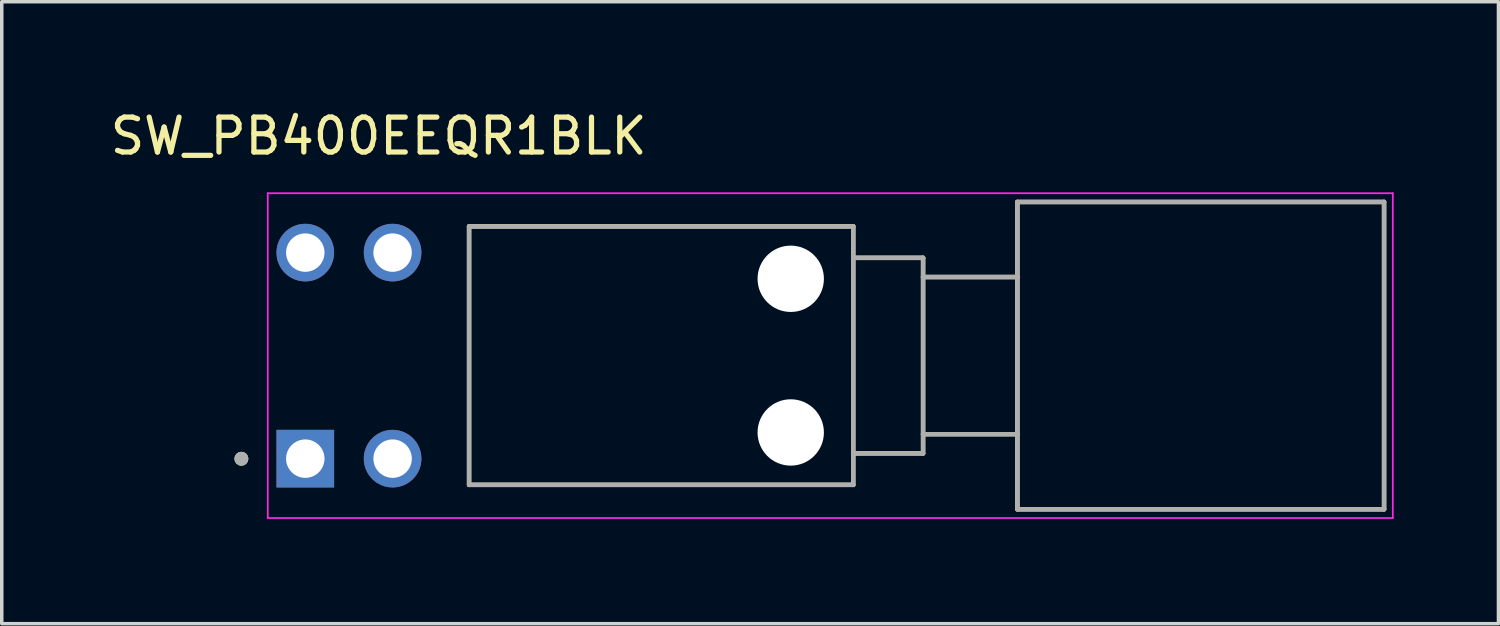
<source format=kicad_pcb>
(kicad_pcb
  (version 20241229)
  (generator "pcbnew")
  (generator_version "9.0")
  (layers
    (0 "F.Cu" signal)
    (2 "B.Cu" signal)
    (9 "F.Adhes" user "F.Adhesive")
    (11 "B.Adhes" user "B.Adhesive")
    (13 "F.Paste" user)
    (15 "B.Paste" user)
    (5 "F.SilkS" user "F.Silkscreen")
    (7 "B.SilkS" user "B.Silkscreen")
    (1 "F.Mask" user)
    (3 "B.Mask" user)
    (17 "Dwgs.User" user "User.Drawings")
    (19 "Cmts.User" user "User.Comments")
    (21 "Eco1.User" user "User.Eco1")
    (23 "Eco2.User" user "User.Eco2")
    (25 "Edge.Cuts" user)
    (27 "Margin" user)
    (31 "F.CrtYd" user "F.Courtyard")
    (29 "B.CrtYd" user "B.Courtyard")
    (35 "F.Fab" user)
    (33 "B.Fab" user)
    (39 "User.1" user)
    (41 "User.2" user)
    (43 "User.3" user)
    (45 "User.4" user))
  (footprint "SW_PB400EEQR1BLK"
    (layer "F.Cu")
    (at 6.942 7.133)
    (property "Reference" "SW_PB400EEQR1BLK" (at 0.85 -6.285 0) (layer "F.SilkS") (effects (font (size 1 1) (thickness 0.15))))
    (attr through_hole)
    (fp_line (start 3.44 -3.7) (end 3.44 3.7) (stroke (width 0.127) (type solid)) (layer "F.SilkS"))
    (fp_line (start 3.44 3.7) (end 14.44 3.7) (stroke (width 0.127) (type solid)) (layer "F.SilkS"))
    (fp_line (start 14.44 -3.7) (end 3.44 -3.7) (stroke (width 0.127) (type solid)) (layer "F.SilkS"))
    (fp_line (start 14.44 -2.8) (end 14.44 -3.7) (stroke (width 0.127) (type solid)) (layer "F.SilkS"))
    (fp_line (start 14.44 -2.8) (end 16.44 -2.8) (stroke (width 0.127) (type solid)) (layer "F.SilkS"))
    (fp_line (start 14.44 2.8) (end 14.44 -2.8) (stroke (width 0.127) (type solid)) (layer "F.SilkS"))
    (fp_line (start 14.44 3.7) (end 14.44 2.8) (stroke (width 0.127) (type solid)) (layer "F.SilkS"))
    (fp_line (start 16.44 -2.8) (end 16.44 -2.25) (stroke (width 0.127) (type solid)) (layer "F.SilkS"))
    (fp_line (start 16.44 -2.25) (end 16.44 2.25) (stroke (width 0.127) (type solid)) (layer "F.SilkS"))
    (fp_line (start 16.44 -2.25) (end 19.14 -2.25) (stroke (width 0.127) (type solid)) (layer "F.SilkS"))
    (fp_line (start 16.44 2.25) (end 16.44 2.8) (stroke (width 0.127) (type solid)) (layer "F.SilkS"))
    (fp_line (start 16.44 2.8) (end 14.44 2.8) (stroke (width 0.127) (type solid)) (layer "F.SilkS"))
    (fp_line (start 19.14 -4.4) (end 29.64 -4.4) (stroke (width 0.127) (type solid)) (layer "F.SilkS"))
    (fp_line (start 19.14 -2.25) (end 19.14 -4.4) (stroke (width 0.127) (type solid)) (layer "F.SilkS"))
    (fp_line (start 19.14 -2.25) (end 19.14 2.25) (stroke (width 0.127) (type solid)) (layer "F.SilkS"))
    (fp_line (start 19.14 2.25) (end 16.44 2.25) (stroke (width 0.127) (type solid)) (layer "F.SilkS"))
    (fp_line (start 19.14 4.4) (end 19.14 2.25) (stroke (width 0.127) (type solid)) (layer "F.SilkS"))
    (fp_line (start 29.64 -4.4) (end 29.64 4.4) (stroke (width 0.127) (type solid)) (layer "F.SilkS"))
    (fp_line (start 29.64 4.4) (end 19.14 4.4) (stroke (width 0.127) (type solid)) (layer "F.SilkS"))
    (fp_circle (center -3.08 2.953) (end -2.98 2.953) (stroke (width 0.2) (type solid)) (fill no) (layer "F.SilkS"))
    (fp_line (start -2.325 -4.65) (end -2.325 4.65) (stroke (width 0.05) (type solid)) (layer "F.CrtYd"))
    (fp_line (start -2.325 4.65) (end 29.89 4.65) (stroke (width 0.05) (type solid)) (layer "F.CrtYd"))
    (fp_line (start 29.89 -4.65) (end -2.325 -4.65) (stroke (width 0.05) (type solid)) (layer "F.CrtYd"))
    (fp_line (start 29.89 4.65) (end 29.89 -4.65) (stroke (width 0.05) (type solid)) (layer "F.CrtYd"))
    (fp_line (start 3.44 -3.7) (end 3.44 3.7) (stroke (width 0.127) (type solid)) (layer "F.Fab"))
    (fp_line (start 3.44 3.7) (end 14.44 3.7) (stroke (width 0.127) (type solid)) (layer "F.Fab"))
    (fp_line (start 14.44 -3.7) (end 3.44 -3.7) (stroke (width 0.127) (type solid)) (layer "F.Fab"))
    (fp_line (start 14.44 -2.8) (end 14.44 -3.7) (stroke (width 0.127) (type solid)) (layer "F.Fab"))
    (fp_line (start 14.44 -2.8) (end 16.44 -2.8) (stroke (width 0.127) (type solid)) (layer "F.Fab"))
    (fp_line (start 14.44 2.8) (end 14.44 -2.8) (stroke (width 0.127) (type solid)) (layer "F.Fab"))
    (fp_line (start 14.44 3.7) (end 14.44 2.8) (stroke (width 0.127) (type solid)) (layer "F.Fab"))
    (fp_line (start 16.44 -2.8) (end 16.44 -2.25) (stroke (width 0.127) (type solid)) (layer "F.Fab"))
    (fp_line (start 16.44 -2.25) (end 16.44 2.25) (stroke (width 0.127) (type solid)) (layer "F.Fab"))
    (fp_line (start 16.44 -2.25) (end 19.14 -2.25) (stroke (width 0.127) (type solid)) (layer "F.Fab"))
    (fp_line (start 16.44 2.25) (end 16.44 2.8) (stroke (width 0.127) (type solid)) (layer "F.Fab"))
    (fp_line (start 16.44 2.8) (end 14.44 2.8) (stroke (width 0.127) (type solid)) (layer "F.Fab"))
    (fp_line (start 19.14 -4.4) (end 29.64 -4.4) (stroke (width 0.127) (type solid)) (layer "F.Fab"))
    (fp_line (start 19.14 -2.25) (end 19.14 -4.4) (stroke (width 0.127) (type solid)) (layer "F.Fab"))
    (fp_line (start 19.14 -2.25) (end 19.14 2.25) (stroke (width 0.127) (type solid)) (layer "F.Fab"))
    (fp_line (start 19.14 2.25) (end 16.44 2.25) (stroke (width 0.127) (type solid)) (layer "F.Fab"))
    (fp_line (start 19.14 4.4) (end 19.14 2.25) (stroke (width 0.127) (type solid)) (layer "F.Fab"))
    (fp_line (start 29.64 -4.4) (end 29.64 4.4) (stroke (width 0.127) (type solid)) (layer "F.Fab"))
    (fp_line (start 29.64 4.4) (end 19.14 4.4) (stroke (width 0.127) (type solid)) (layer "F.Fab"))
    (fp_circle (center -3.08 2.953) (end -2.98 2.953) (stroke (width 0.2) (type solid)) (fill no) (layer "F.Fab"))
    (pad "" np_thru_hole circle (at 12.65 -2.2) (size 1.9 1.9) (drill 1.9) (layers "*.Cu" "*.Mask"))
    (pad "" np_thru_hole circle (at 12.65 2.2) (size 1.9 1.9) (drill 1.9) (layers "*.Cu" "*.Mask"))
    (pad "1" thru_hole rect (at -1.25 2.95) (size 1.65 1.65) (drill 1.1) (layers "*.Cu" "*.Mask"))
    (pad "2" thru_hole circle (at 1.25 2.95) (size 1.65 1.65) (drill 1.1) (layers "*.Cu" "*.Mask"))
    (pad "3" thru_hole circle (at -1.25 -2.95) (size 1.65 1.65) (drill 1.1) (layers "*.Cu" "*.Mask"))
    (pad "4" thru_hole circle (at 1.25 -2.95) (size 1.65 1.65) (drill 1.1) (layers "*.Cu" "*.Mask")))
  (gr_rect
    (start -3 -3)
    (end 39.857 14.808)
    (stroke (width 0.1) (type default))
    (fill no)
    (layer "Edge.Cuts")))
</source>
